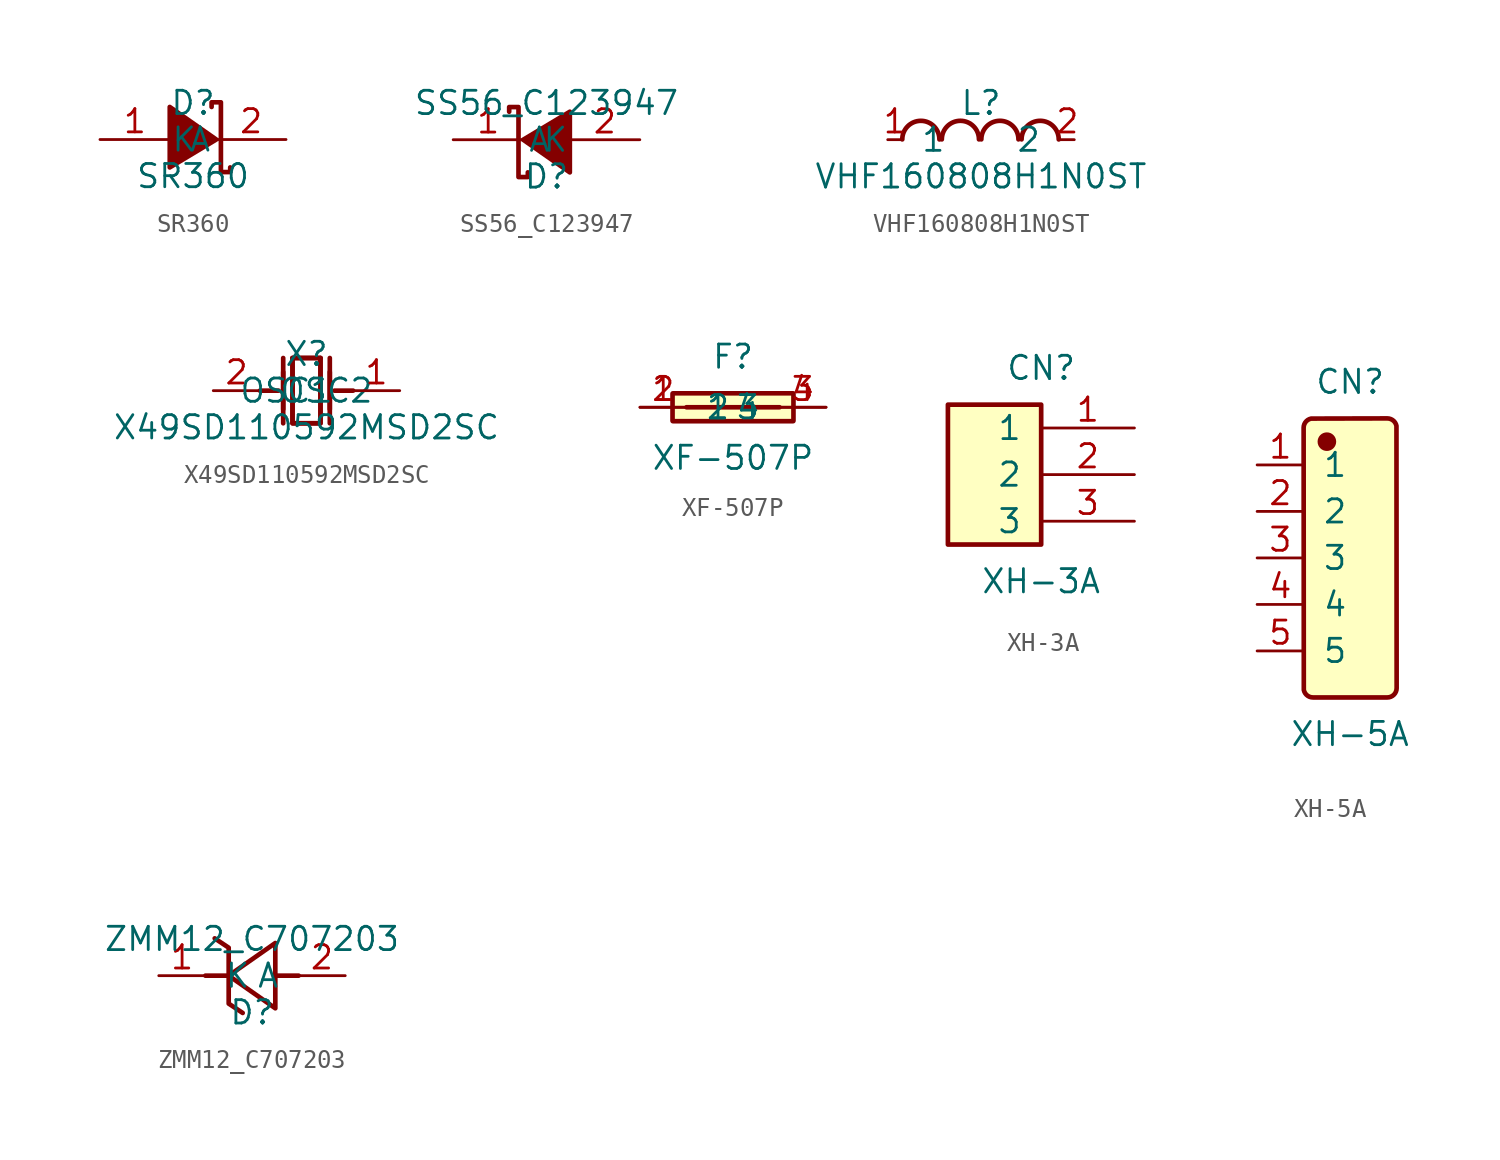
<source format=kicad_sym>
(kicad_symbol_lib
  (version 20241209)
  (generator "JLCImport")
  (generator_version "1.0")
  (symbol "SR360"
    (pin_names
      (offset 1.016))
    (property "Reference" "D"
      (at 0 2 0)
      (effects (font (size 1.27 1.27))))
    (property "Value" "SR360"
      (at 0 -2 0)
      (effects (font (size 1.27 1.27))))
    (symbol "SR360_0_1"
      (polyline (pts (xy 2.032 -1.524) (xy 2.032 -1.778) (xy 1.524 -1.778) (xy 1.524 2.032) (xy 1.016 2.032) (xy 1.016 1.778)) (stroke (width 0.254) (type solid)) (fill (type none)))
      (polyline (pts (xy -1.27 -1.524) (xy 1.27 0) (xy -1.27 1.778) (xy -1.27 -1.524)) (stroke (width 0.254) (type solid)) (fill (type outline)))
      (pin unspecified line (at -5.08 0 0) (length 3.81) (name "A" (effects (font (size 1.27 1.27)) hide)) (number "1" (effects (font (size 1.27 1.27)) hide)))
      (pin unspecified line (at 5.08 0 180) (length 3.81) (name "K" (effects (font (size 1.27 1.27)) hide)) (number "2" (effects (font (size 1.27 1.27)) hide)))))
  (symbol "SS56_C123947"
    (pin_names
      (offset 1.016))
    (property "Reference" "D"
      (at 0 -2 0)
      (effects (font (size 1.27 1.27))))
    (property "Value" "SS56_C123947"
      (at 0 2 0)
      (effects (font (size 1.27 1.27))))
    (symbol "SS56_C123947_0_1"
      (polyline (pts (xy -2.032 1.524) (xy -2.032 1.778) (xy -1.524 1.778) (xy -1.524 -2.032) (xy -1.016 -2.032) (xy -1.016 -1.778)) (stroke (width 0.254) (type solid)) (fill (type none)))
      (polyline (pts (xy 1.27 1.524) (xy -1.27 0) (xy 1.27 -1.778) (xy 1.27 1.524)) (stroke (width 0.254) (type solid)) (fill (type outline)))
      (pin unspecified line (at 5.08 0 180) (length 3.81) (name "A" (effects (font (size 1.27 1.27)) hide)) (number "2" (effects (font (size 1.27 1.27)) hide)))
      (pin unspecified line (at -5.08 0 0) (length 3.81) (name "K" (effects (font (size 1.27 1.27)) hide)) (number "1" (effects (font (size 1.27 1.27)) hide)))))
  (symbol "VHF160808H1N0ST"
    (pin_names
      (offset 1.016))
    (property "Reference" "L"
      (at 0 2 0)
      (effects (font (size 1.27 1.27))))
    (property "Value" "VHF160808H1N0ST"
      (at 0 -2 0)
      (effects (font (size 1.27 1.27))))
    (symbol "VHF160808H1N0ST_0_1"
      (arc (start -2.265685 0.01524) (mid -3.275337 1.027432) (end -4.287529 0.01778) (stroke (width 0.254) (type solid)) (fill (type none)))
      (arc (start -0.11176 0.01778) (mid -1.122682 1.028702) (end -2.133604 0.01778) (stroke (width 0.254) (type solid)) (fill (type none)))
      (arc (start 2.039624 0.01778) (mid 1.028702 1.028702) (end 0.01778 0.01778) (stroke (width 0.254) (type solid)) (fill (type none)))
      (arc (start 4.234188 0.01524) (mid 3.223266 1.028702) (end 2.209804 0.01778) (stroke (width 0.254) (type solid)) (fill (type none)))
      (pin unspecified line (at 5.08 0 180) (length 0.762) (name "2" (effects (font (size 1.27 1.27)) hide)) (number "2" (effects (font (size 1.27 1.27)) hide)))
      (pin unspecified line (at -5.08 0 0) (length 0.762) (name "1" (effects (font (size 1.27 1.27)) hide)) (number "1" (effects (font (size 1.27 1.27)) hide)))))
  (symbol "X49SD110592MSD2SC"
    (pin_names
      (offset 1.016))
    (property "Reference" "X"
      (at 0 2 0)
      (effects (font (size 1.27 1.27))))
    (property "Value" "X49SD110592MSD2SC"
      (at 0 -2 0)
      (effects (font (size 1.27 1.27))))
    (symbol "X49SD110592MSD2SC_0_1"
      (polyline (pts (xy 1.27 1.016) (xy 1.27 -1.016)) (stroke (width 0.254) (type solid)) (fill (type none)))
      (polyline (pts (xy -0.762 1.778) (xy 0.762 1.778)) (stroke (width 0.254) (type solid)) (fill (type none)))
      (polyline (pts (xy -1.27 1.016) (xy -1.27 -1.016)) (stroke (width 0.254) (type solid)) (fill (type none)))
      (polyline (pts (xy 0.762 1.778) (xy 0.762 -1.778) (xy -0.762 -1.778) (xy -0.762 1.778)) (stroke (width 0.254) (type solid)) (fill (type none)))
      (polyline (pts (xy -2.54 0) (xy -1.524 0)) (stroke (width 0.254) (type solid)) (fill (type none)))
      (polyline (pts (xy 2.54 0) (xy 1.524 0)) (stroke (width 0.254) (type solid)) (fill (type none)))
      (polyline (pts (xy -1.27 1.778) (xy -1.27 -1.778)) (stroke (width 0.254) (type solid)) (fill (type none)))
      (polyline (pts (xy 1.27 1.778) (xy 1.27 -1.778)) (stroke (width 0.254) (type solid)) (fill (type none)))
      (polyline (pts (xy -0.762 -1.778) (xy -0.762 1.778) (xy 0.762 1.778) (xy 0.762 -1.778) (xy -0.762 -1.778)) (stroke (width 0.254) (type solid)) (fill (type none)))
      (pin input line (at 5.08 0 180) (length 2.54) (name "OSC1" (effects (font (size 1.27 1.27)) hide)) (number "1" (effects (font (size 1.27 1.27)) hide)))
      (pin input line (at -5.08 0 0) (length 2.54) (name "OSC2" (effects (font (size 1.27 1.27)) hide)) (number "2" (effects (font (size 1.27 1.27)) hide)))))
  (symbol "XF-507P"
    (pin_names
      (offset 1.016))
    (property "Reference" "F"
      (at 0 2.762 0)
      (effects (font (size 1.27 1.27))))
    (property "Value" "XF-507P"
      (at 0 -2.762 0)
      (effects (font (size 1.27 1.27))))
    (symbol "XF-507P_0_1"
      (polyline (pts (xy 3.277 -0.762) (xy 3.282 -0.762) (xy 3.286 -0.76) (xy 3.291 -0.758) (xy 3.295 -0.755) (xy 3.298 -0.751) (xy 3.3 -0.746) (xy 3.302 -0.742) (xy 3.302 -0.737) (xy 3.302 0.742) (xy 3.3 0.746) (xy 3.298 0.751) (xy 3.295 0.755) (xy 3.291 0.758) (xy 3.286 0.76) (xy 3.282 0.762) (xy 3.277 0.762) (xy -3.282 0.762) (xy -3.286 0.76) (xy -3.291 0.758) (xy -3.295 0.755) (xy -3.298 0.751) (xy -3.3 0.746) (xy -3.302 0.742) (xy -3.302 0.737) (xy -3.302 -0.742) (xy -3.3 -0.746) (xy -3.298 -0.751) (xy -3.295 -0.755) (xy -3.291 -0.758) (xy -3.286 -0.76) (xy -3.282 -0.762) (xy -3.277 -0.762) (xy 3.277 -0.762)) (stroke (width 0.254) (type solid)) (fill (type background)))
      (polyline (pts (xy -2.54 0) (xy 2.54 0)) (stroke (width 0.254) (type solid)) (fill (type none)))
      (pin unspecified line (at -5.08 0 0) (length 2.54) (name "2" (effects (font (size 1.27 1.27)) hide)) (number "2" (effects (font (size 1.27 1.27)) hide)))
      (pin unspecified line (at -5.08 0 0) (length 2.54) (name "1" (effects (font (size 1.27 1.27)) hide)) (number "1" (effects (font (size 1.27 1.27)) hide)))
      (pin unspecified line (at 5.08 0 180) (length 2.54) (name "3" (effects (font (size 1.27 1.27)) hide)) (number "3" (effects (font (size 1.27 1.27)) hide)))
      (pin unspecified line (at 5.08 0 180) (length 2.54) (name "4" (effects (font (size 1.27 1.27)) hide)) (number "4" (effects (font (size 1.27 1.27)) hide)))))
  (symbol "XH-3A"
    (pin_names
      (offset 1.016))
    (property "Reference" "CN"
      (at 0 5.81 0)
      (effects (font (size 1.27 1.27))))
    (property "Value" "XH-3A"
      (at 0 -5.81 0)
      (effects (font (size 1.27 1.27))))
    (symbol "XH-3A_0_1"
      (rectangle (start -5.08 3.81) (end 0 -3.81) (stroke (width 0.254) (type solid)) (fill (type background)))
      (pin unspecified line (at 5.08 2.54 180) (length 5.08) (name "1" (effects (font (size 1.27 1.27)))) (number "1" (effects (font (size 1.27 1.27)))))
      (pin unspecified line (at 5.08 0 180) (length 5.08) (name "2" (effects (font (size 1.27 1.27)))) (number "2" (effects (font (size 1.27 1.27)))))
      (pin unspecified line (at 5.08 -2.54 180) (length 5.08) (name "3" (effects (font (size 1.27 1.27)))) (number "3" (effects (font (size 1.27 1.27)))))))
  (symbol "XH-5A"
    (pin_names
      (offset 1.016))
    (property "Reference" "CN"
      (at 0 9.62 0)
      (effects (font (size 1.27 1.27))))
    (property "Value" "XH-5A"
      (at 0 -9.62 0)
      (effects (font (size 1.27 1.27))))
    (symbol "XH-5A_0_1"
      (polyline (pts (xy 2.032 -7.62) (xy 2.131 -7.61) (xy 2.226 -7.581) (xy 2.314 -7.534) (xy 2.391 -7.471) (xy 2.454 -7.394) (xy 2.501 -7.306) (xy 2.53 -7.211) (xy 2.54 -7.112) (xy 2.53 7.211) (xy 2.501 7.306) (xy 2.454 7.394) (xy 2.391 7.471) (xy 2.314 7.534) (xy 2.226 7.581) (xy 2.131 7.61) (xy 2.032 7.62) (xy -2.131 7.61) (xy -2.226 7.581) (xy -2.314 7.534) (xy -2.391 7.471) (xy -2.454 7.394) (xy -2.501 7.306) (xy -2.53 7.211) (xy -2.54 7.112) (xy -2.53 -7.211) (xy -2.501 -7.306) (xy -2.454 -7.394) (xy -2.391 -7.471) (xy -2.314 -7.534) (xy -2.226 -7.581) (xy -2.131 -7.61) (xy -2.032 -7.62) (xy 2.032 -7.62)) (stroke (width 0.254) (type solid)) (fill (type background)))
      (circle (center -1.27 6.35) (radius 0.381) (stroke (width 0.254) (type solid)) (fill (type outline)))
      (pin unspecified line (at -5.08 5.08 0) (length 2.54) (name "1" (effects (font (size 1.27 1.27)))) (number "1" (effects (font (size 1.27 1.27)))))
      (pin unspecified line (at -5.08 2.54 0) (length 2.54) (name "2" (effects (font (size 1.27 1.27)))) (number "2" (effects (font (size 1.27 1.27)))))
      (pin unspecified line (at -5.08 0 0) (length 2.54) (name "3" (effects (font (size 1.27 1.27)))) (number "3" (effects (font (size 1.27 1.27)))))
      (pin unspecified line (at -5.08 -2.54 0) (length 2.54) (name "4" (effects (font (size 1.27 1.27)))) (number "4" (effects (font (size 1.27 1.27)))))
      (pin unspecified line (at -5.08 -5.08 0) (length 2.54) (name "5" (effects (font (size 1.27 1.27)))) (number "5" (effects (font (size 1.27 1.27)))))))
  (symbol "ZMM12_C707203"
    (pin_names
      (offset 1.016))
    (property "Reference" "D"
      (at 0 -2 0)
      (effects (font (size 1.27 1.27))))
    (property "Value" "ZMM12_C707203"
      (at 0 2 0)
      (effects (font (size 1.27 1.27))))
    (symbol "ZMM12_C707203_0_1"
      (polyline (pts (xy -1.27 0) (xy -2.54 0)) (stroke (width 0.254) (type solid)) (fill (type none)))
      (polyline (pts (xy 2.54 0) (xy 1.27 0)) (stroke (width 0.254) (type solid)) (fill (type none)))
      (polyline (pts (xy -2.032 2.032) (xy -1.27 1.524) (xy -1.27 -1.524) (xy -0.508 -2.032)) (stroke (width 0.254) (type solid)) (fill (type none)))
      (polyline (pts (xy 1.27 1.778) (xy -1.27 0) (xy 1.27 -1.778) (xy 1.27 1.778)) (stroke (width 0.254) (type solid)) (fill (type none)))
      (pin unspecified line (at -5.08 0 0) (length 2.54) (name "K" (effects (font (size 1.27 1.27)) hide)) (number "1" (effects (font (size 1.27 1.27)) hide)))
      (pin unspecified line (at 5.08 0 180) (length 2.54) (name "A" (effects (font (size 1.27 1.27)) hide)) (number "2" (effects (font (size 1.27 1.27)) hide))))))
</source>
